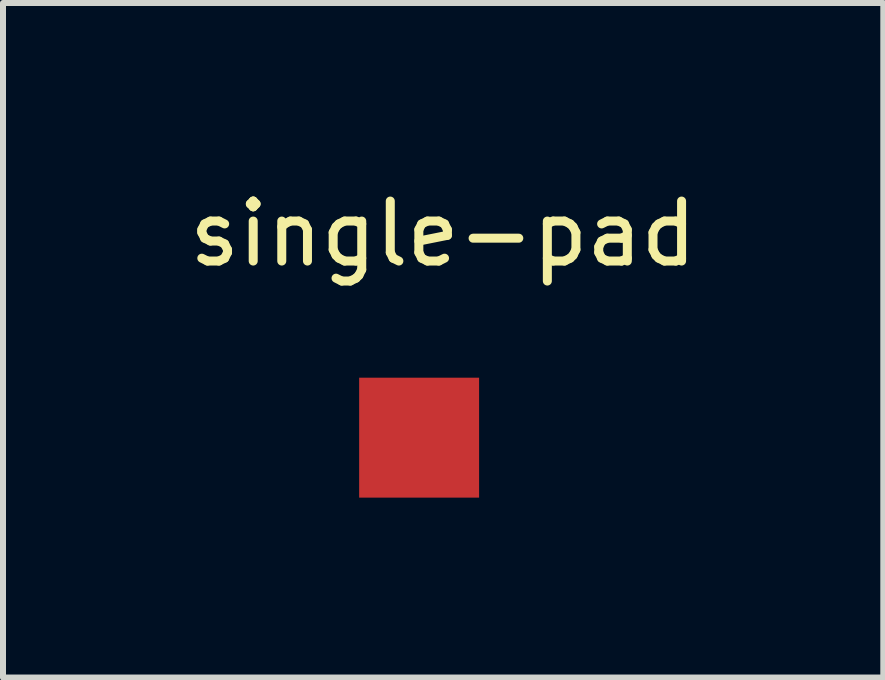
<source format=kicad_pcb>
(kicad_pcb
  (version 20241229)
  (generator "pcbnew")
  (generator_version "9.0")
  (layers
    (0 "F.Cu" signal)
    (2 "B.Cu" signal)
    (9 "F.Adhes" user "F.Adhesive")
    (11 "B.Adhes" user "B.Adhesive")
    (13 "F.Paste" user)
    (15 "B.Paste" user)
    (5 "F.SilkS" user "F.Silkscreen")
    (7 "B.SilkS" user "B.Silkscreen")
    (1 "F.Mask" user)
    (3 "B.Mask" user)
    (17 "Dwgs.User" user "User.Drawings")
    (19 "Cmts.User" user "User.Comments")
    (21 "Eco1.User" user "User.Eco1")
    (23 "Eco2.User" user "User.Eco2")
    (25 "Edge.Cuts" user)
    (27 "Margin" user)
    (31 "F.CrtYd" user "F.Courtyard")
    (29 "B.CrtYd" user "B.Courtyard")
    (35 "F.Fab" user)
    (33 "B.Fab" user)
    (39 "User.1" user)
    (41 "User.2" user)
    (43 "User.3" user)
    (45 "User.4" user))
  (footprint "single-pad"
    (layer "F.Cu")
    (at 3.939 4.248)
    (property "Reference" "single-pad" (at 0.4 -3.4 0) (layer "F.SilkS") (effects (font (size 1 1) (thickness 0.15))))
    (attr through_hole)
    (pad "1" smd rect (at 0 0) (size 2 2) (layers "F.Cu" "F.Mask" "F.Paste")))
  (gr_rect
    (start -3 -3)
    (end 11.679 8.248)
    (stroke (width 0.1) (type default))
    (fill no)
    (layer "Edge.Cuts")))
</source>
